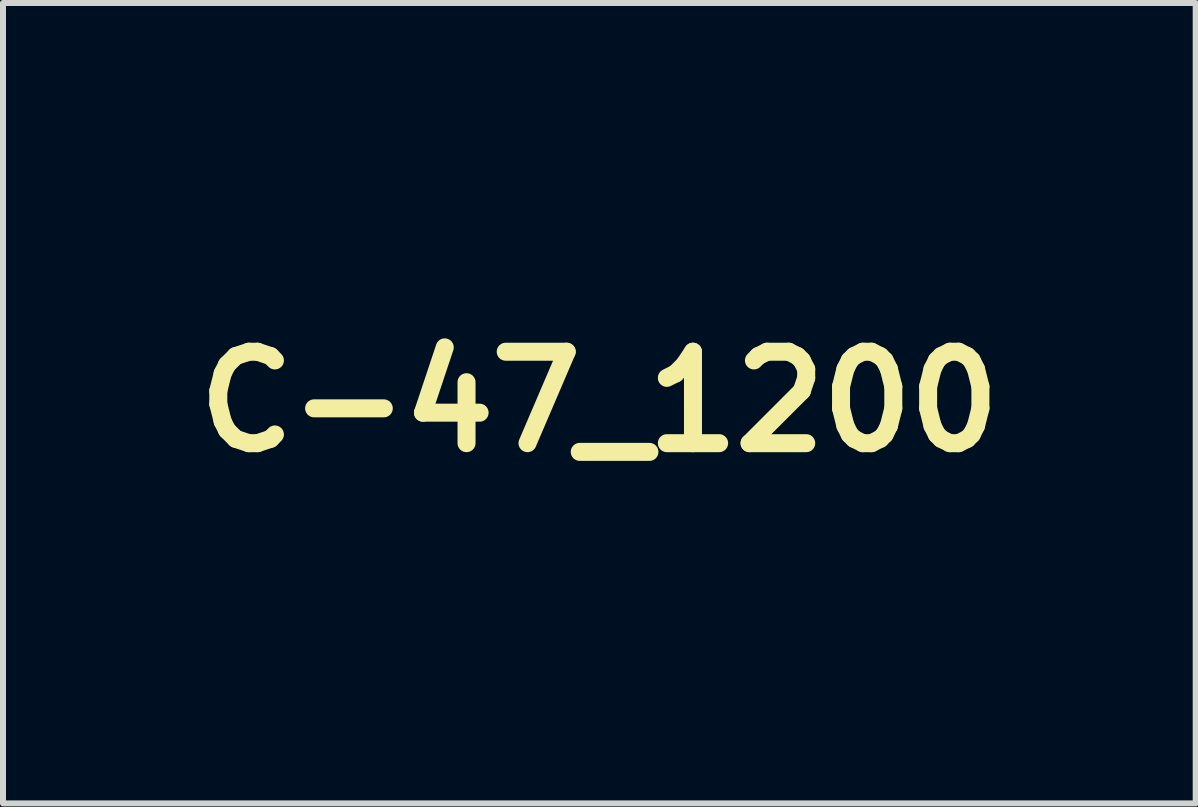
<source format=kicad_pcb>
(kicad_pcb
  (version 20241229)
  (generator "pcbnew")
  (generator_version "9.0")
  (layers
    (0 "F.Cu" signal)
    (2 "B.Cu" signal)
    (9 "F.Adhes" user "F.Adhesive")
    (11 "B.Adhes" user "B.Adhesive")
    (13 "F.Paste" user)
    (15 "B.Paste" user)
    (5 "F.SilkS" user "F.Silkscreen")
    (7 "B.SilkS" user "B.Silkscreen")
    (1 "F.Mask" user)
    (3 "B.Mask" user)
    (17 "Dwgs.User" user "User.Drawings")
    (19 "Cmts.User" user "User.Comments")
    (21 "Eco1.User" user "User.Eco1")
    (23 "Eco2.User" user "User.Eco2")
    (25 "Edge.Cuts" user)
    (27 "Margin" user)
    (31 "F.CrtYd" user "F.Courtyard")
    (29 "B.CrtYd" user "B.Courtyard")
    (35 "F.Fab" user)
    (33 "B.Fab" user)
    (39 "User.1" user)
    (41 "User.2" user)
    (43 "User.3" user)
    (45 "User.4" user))
  (footprint "C-47_1200"
    (layer "F.Cu")
    (at 6.938 3.646)
    (property "Reference" "C-47_1200" (at 0 0 0) (layer "F.SilkS") (effects (font (size 1.524 1.524) (thickness 0.3))))
    (attr through_hole)
    (fp_poly (pts (xy 2.826 1.397) (xy 2.827 1.432) (xy 2.82 1.443) (xy 2.794 1.451) (xy 2.783 1.439) (xy 2.782 1.404) (xy 2.789 1.393) (xy 2.815 1.386) (xy 2.826 1.397)) (stroke (width 0.01) (type solid)) (fill yes) (layer "F.Mask"))
    (fp_poly (pts (xy 1.486 0.574) (xy 1.497 0.58) (xy 1.466 0.591) (xy 1.423 0.6) (xy 1.376 0.603) (xy 1.355 0.593) (xy 1.355 0.592) (xy 1.373 0.579) (xy 1.42 0.572) (xy 1.432 0.572) (xy 1.486 0.574)) (stroke (width 0.01) (type solid)) (fill yes) (layer "F.Mask"))
    (fp_poly (pts (xy 2.428 1.522) (xy 2.434 1.56) (xy 2.432 1.598) (xy 2.422 1.598) (xy 2.405 1.577) (xy 2.382 1.55) (xy 2.366 1.558) (xy 2.353 1.579) (xy 2.335 1.604) (xy 2.329 1.602) (xy 2.341 1.56) (xy 2.37 1.521) (xy 2.403 1.503) (xy 2.403 1.503) (xy 2.428 1.522)) (stroke (width 0.01) (type solid)) (fill yes) (layer "F.Mask"))
    (fp_poly (pts (xy 2.298 1.522) (xy 2.311 1.572) (xy 2.317 1.643) (xy 2.314 1.724) (xy 2.309 1.763) (xy 2.301 1.828) (xy 2.307 1.864) (xy 2.326 1.884) (xy 2.341 1.898) (xy 2.32 1.904) (xy 2.297 1.904) (xy 2.233 1.905) (xy 2.24 1.725) (xy 2.242 1.633) (xy 2.239 1.577) (xy 2.229 1.55) (xy 2.219 1.545) (xy 2.208 1.538) (xy 2.224 1.522) (xy 2.253 1.508) (xy 2.278 1.503) (xy 2.298 1.522)) (stroke (width 0.01) (type solid)) (fill yes) (layer "F.Mask"))
    (fp_poly (pts (xy 2.811 1.508) (xy 2.826 1.537) (xy 2.835 1.597) (xy 2.84 1.694) (xy 2.84 1.704) (xy 2.843 1.797) (xy 2.842 1.856) (xy 2.836 1.889) (xy 2.824 1.902) (xy 2.805 1.905) (xy 2.805 1.905) (xy 2.784 1.902) (xy 2.772 1.888) (xy 2.767 1.853) (xy 2.767 1.791) (xy 2.769 1.725) (xy 2.771 1.633) (xy 2.768 1.577) (xy 2.759 1.55) (xy 2.748 1.545) (xy 2.733 1.539) (xy 2.752 1.524) (xy 2.787 1.506) (xy 2.811 1.508)) (stroke (width 0.01) (type solid)) (fill yes) (layer "F.Mask"))
    (fp_poly (pts (xy 2.996 1.522) (xy 3.008 1.572) (xy 3.014 1.644) (xy 3.011 1.725) (xy 3.006 1.762) (xy 3.001 1.833) (xy 3.01 1.878) (xy 3.013 1.883) (xy 3.017 1.9) (xy 2.983 1.905) (xy 2.958 1.904) (xy 2.943 1.893) (xy 2.937 1.866) (xy 2.936 1.813) (xy 2.938 1.727) (xy 2.938 1.725) (xy 2.94 1.633) (xy 2.937 1.577) (xy 2.928 1.55) (xy 2.917 1.545) (xy 2.907 1.538) (xy 2.923 1.522) (xy 2.952 1.508) (xy 2.976 1.503) (xy 2.996 1.522)) (stroke (width 0.01) (type solid)) (fill yes) (layer "F.Mask"))
    (fp_poly (pts (xy 3.168 1.529) (xy 3.176 1.561) (xy 3.186 1.624) (xy 3.194 1.705) (xy 3.195 1.73) (xy 3.2 1.816) (xy 3.2 1.868) (xy 3.194 1.894) (xy 3.18 1.904) (xy 3.165 1.905) (xy 3.143 1.902) (xy 3.131 1.885) (xy 3.127 1.847) (xy 3.128 1.778) (xy 3.129 1.754) (xy 3.129 1.656) (xy 3.119 1.593) (xy 3.099 1.568) (xy 3.069 1.582) (xy 3.057 1.597) (xy 3.034 1.622) (xy 3.028 1.616) (xy 3.037 1.588) (xy 3.06 1.55) (xy 3.102 1.511) (xy 3.143 1.507) (xy 3.168 1.529)) (stroke (width 0.01) (type solid)) (fill yes) (layer "F.Mask"))
    (fp_poly (pts (xy 1.31 0.321) (xy 1.329 0.339) (xy 1.332 0.376) (xy 1.33 0.415) (xy 1.322 0.415) (xy 1.308 0.386) (xy 1.275 0.343) (xy 1.239 0.337) (xy 1.204 0.364) (xy 1.174 0.417) (xy 1.153 0.493) (xy 1.143 0.588) (xy 1.143 0.604) (xy 1.147 0.68) (xy 1.161 0.73) (xy 1.191 0.77) (xy 1.194 0.772) (xy 1.249 0.81) (xy 1.294 0.812) (xy 1.326 0.807) (xy 1.321 0.817) (xy 1.312 0.823) (xy 1.248 0.845) (xy 1.18 0.83) (xy 1.133 0.796) (xy 1.083 0.718) (xy 1.065 0.619) (xy 1.078 0.514) (xy 1.119 0.41) (xy 1.176 0.344) (xy 1.248 0.318) (xy 1.261 0.318) (xy 1.31 0.321)) (stroke (width 0.01) (type solid)) (fill yes) (layer "F.Mask"))
    (fp_poly (pts (xy 2.048 0.343) (xy 2.09 0.354) (xy 2.095 0.363) (xy 2.088 0.398) (xy 2.068 0.458) (xy 2.04 0.535) (xy 2.006 0.619) (xy 1.972 0.702) (xy 1.94 0.774) (xy 1.915 0.825) (xy 1.9 0.847) (xy 1.9 0.847) (xy 1.888 0.831) (xy 1.891 0.815) (xy 1.903 0.782) (xy 1.923 0.719) (xy 1.948 0.637) (xy 1.96 0.598) (xy 1.986 0.513) (xy 2.008 0.442) (xy 2.023 0.396) (xy 2.026 0.386) (xy 2.019 0.366) (xy 1.984 0.358) (xy 1.938 0.361) (xy 1.893 0.374) (xy 1.865 0.396) (xy 1.864 0.397) (xy 1.848 0.42) (xy 1.843 0.405) (xy 1.842 0.386) (xy 1.845 0.36) (xy 1.862 0.346) (xy 1.902 0.34) (xy 1.968 0.339) (xy 2.048 0.343)) (stroke (width 0.01) (type solid)) (fill yes) (layer "F.Mask"))
    (fp_poly (pts (xy 2.091 1.404) (xy 2.09 1.436) (xy 2.087 1.448) (xy 2.084 1.492) (xy 2.109 1.518) (xy 2.121 1.523) (xy 2.17 1.542) (xy 2.122 1.544) (xy 2.097 1.548) (xy 2.083 1.563) (xy 2.076 1.6) (xy 2.074 1.668) (xy 2.074 1.691) (xy 2.081 1.79) (xy 2.099 1.854) (xy 2.129 1.88) (xy 2.161 1.872) (xy 2.177 1.868) (xy 2.172 1.881) (xy 2.137 1.902) (xy 2.088 1.901) (xy 2.045 1.879) (xy 2.033 1.864) (xy 2.021 1.822) (xy 2.013 1.754) (xy 2.011 1.684) (xy 2.007 1.598) (xy 1.996 1.553) (xy 1.986 1.545) (xy 1.978 1.536) (xy 1.994 1.519) (xy 2.027 1.477) (xy 2.036 1.452) (xy 2.055 1.413) (xy 2.072 1.401) (xy 2.091 1.404)) (stroke (width 0.01) (type solid)) (fill yes) (layer "F.Mask"))
    (fp_poly (pts (xy 1.439 1.658) (xy 1.493 1.608) (xy 1.526 1.567) (xy 1.537 1.533) (xy 1.536 1.53) (xy 1.544 1.509) (xy 1.582 1.503) (xy 1.638 1.503) (xy 1.558 1.585) (xy 1.477 1.668) (xy 1.565 1.786) (xy 1.61 1.848) (xy 1.632 1.884) (xy 1.633 1.9) (xy 1.616 1.905) (xy 1.599 1.905) (xy 1.561 1.899) (xy 1.55 1.886) (xy 1.542 1.859) (xy 1.516 1.814) (xy 1.504 1.797) (xy 1.453 1.727) (xy 1.436 1.788) (xy 1.431 1.847) (xy 1.443 1.877) (xy 1.451 1.898) (xy 1.424 1.905) (xy 1.415 1.905) (xy 1.365 1.905) (xy 1.372 1.637) (xy 1.374 1.518) (xy 1.372 1.435) (xy 1.366 1.383) (xy 1.356 1.356) (xy 1.351 1.352) (xy 1.344 1.339) (xy 1.378 1.334) (xy 1.381 1.334) (xy 1.439 1.333) (xy 1.439 1.658)) (stroke (width 0.01) (type solid)) (fill yes) (layer "F.Mask"))
    (fp_poly (pts (xy 1.271 1.381) (xy 1.289 1.403) (xy 1.29 1.423) (xy 1.288 1.456) (xy 1.274 1.45) (xy 1.262 1.434) (xy 1.218 1.401) (xy 1.173 1.407) (xy 1.143 1.439) (xy 1.132 1.483) (xy 1.148 1.531) (xy 1.194 1.591) (xy 1.227 1.626) (xy 1.274 1.693) (xy 1.292 1.765) (xy 1.278 1.828) (xy 1.275 1.833) (xy 1.234 1.869) (xy 1.177 1.895) (xy 1.119 1.904) (xy 1.076 1.894) (xy 1.072 1.891) (xy 1.061 1.86) (xy 1.058 1.833) (xy 1.06 1.804) (xy 1.071 1.809) (xy 1.091 1.837) (xy 1.135 1.877) (xy 1.181 1.876) (xy 1.216 1.851) (xy 1.242 1.813) (xy 1.243 1.773) (xy 1.214 1.722) (xy 1.164 1.664) (xy 1.106 1.583) (xy 1.082 1.508) (xy 1.09 1.445) (xy 1.13 1.399) (xy 1.2 1.377) (xy 1.224 1.376) (xy 1.271 1.381)) (stroke (width 0.01) (type solid)) (fill yes) (layer "F.Mask"))
    (fp_poly (pts (xy 1.764 0.348) (xy 1.773 0.381) (xy 1.777 0.445) (xy 1.778 0.508) (xy 1.781 0.604) (xy 1.79 0.661) (xy 1.802 0.677) (xy 1.813 0.687) (xy 1.799 0.709) (xy 1.783 0.753) (xy 1.783 0.794) (xy 1.784 0.833) (xy 1.76 0.846) (xy 1.747 0.847) (xy 1.715 0.84) (xy 1.707 0.813) (xy 1.71 0.783) (xy 1.713 0.743) (xy 1.7 0.725) (xy 1.659 0.72) (xy 1.633 0.72) (xy 1.577 0.716) (xy 1.542 0.707) (xy 1.538 0.703) (xy 1.542 0.677) (xy 1.588 0.677) (xy 1.714 0.677) (xy 1.714 0.547) (xy 1.713 0.481) (xy 1.709 0.437) (xy 1.705 0.426) (xy 1.691 0.449) (xy 1.667 0.5) (xy 1.641 0.557) (xy 1.588 0.677) (xy 1.542 0.677) (xy 1.542 0.677) (xy 1.564 0.625) (xy 1.598 0.558) (xy 1.639 0.486) (xy 1.681 0.419) (xy 1.717 0.367) (xy 1.743 0.34) (xy 1.748 0.339) (xy 1.764 0.348)) (stroke (width 0.01) (type solid)) (fill yes) (layer "F.Mask"))
    (fp_poly (pts (xy 1.885 1.688) (xy 1.856 1.777) (xy 1.829 1.856) (xy 1.806 1.913) (xy 1.8 1.926) (xy 1.754 2) (xy 1.709 2.042) (xy 1.671 2.051) (xy 1.644 2.023) (xy 1.643 2.02) (xy 1.631 1.98) (xy 1.641 1.975) (xy 1.663 1.991) (xy 1.692 2.005) (xy 1.722 1.99) (xy 1.739 1.975) (xy 1.782 1.932) (xy 1.737 1.765) (xy 1.713 1.68) (xy 1.691 1.606) (xy 1.674 1.556) (xy 1.672 1.55) (xy 1.662 1.517) (xy 1.679 1.505) (xy 1.716 1.503) (xy 1.759 1.509) (xy 1.767 1.525) (xy 1.767 1.525) (xy 1.765 1.551) (xy 1.768 1.603) (xy 1.776 1.668) (xy 1.786 1.736) (xy 1.797 1.793) (xy 1.807 1.829) (xy 1.813 1.835) (xy 1.82 1.813) (xy 1.833 1.76) (xy 1.849 1.689) (xy 1.849 1.688) (xy 1.864 1.6) (xy 1.865 1.547) (xy 1.856 1.525) (xy 1.851 1.508) (xy 1.884 1.503) (xy 1.888 1.503) (xy 1.943 1.503) (xy 1.885 1.688)) (stroke (width 0.01) (type solid)) (fill yes) (layer "F.Mask"))
    (fp_poly (pts (xy 2.637 1.509) (xy 2.658 1.532) (xy 2.672 1.579) (xy 2.682 1.656) (xy 2.687 1.73) (xy 2.692 1.817) (xy 2.692 1.869) (xy 2.685 1.896) (xy 2.67 1.905) (xy 2.664 1.905) (xy 2.633 1.887) (xy 2.614 1.841) (xy 2.612 1.782) (xy 2.615 1.767) (xy 2.614 1.716) (xy 2.591 1.682) (xy 2.554 1.679) (xy 2.553 1.679) (xy 2.528 1.707) (xy 2.519 1.769) (xy 2.519 1.78) (xy 2.521 1.835) (xy 2.532 1.857) (xy 2.557 1.858) (xy 2.562 1.856) (xy 2.592 1.852) (xy 2.586 1.868) (xy 2.581 1.875) (xy 2.538 1.903) (xy 2.492 1.889) (xy 2.481 1.88) (xy 2.461 1.837) (xy 2.456 1.775) (xy 2.465 1.713) (xy 2.487 1.673) (xy 2.487 1.672) (xy 2.531 1.656) (xy 2.573 1.656) (xy 2.612 1.66) (xy 2.62 1.641) (xy 2.616 1.622) (xy 2.606 1.579) (xy 2.604 1.561) (xy 2.588 1.545) (xy 2.553 1.548) (xy 2.516 1.564) (xy 2.499 1.582) (xy 2.482 1.602) (xy 2.477 1.594) (xy 2.494 1.562) (xy 2.535 1.529) (xy 2.583 1.507) (xy 2.607 1.503) (xy 2.637 1.509)) (stroke (width 0.01) (type solid)) (fill yes) (layer "F.Mask"))
    (fp_poly (pts (xy 0.061 -3.62) (xy 0.13 -3.559) (xy 0.136 -3.552) (xy 0.182 -3.491) (xy 0.222 -3.419) (xy 0.258 -3.333) (xy 0.289 -3.229) (xy 0.318 -3.104) (xy 0.343 -2.955) (xy 0.367 -2.777) (xy 0.39 -2.567) (xy 0.411 -2.322) (xy 0.433 -2.039) (xy 0.435 -2.016) (xy 0.449 -1.82) (xy 0.778 -1.82) (xy 0.794 -2.122) (xy 0.802 -2.26) (xy 0.81 -2.361) (xy 0.82 -2.431) (xy 0.835 -2.477) (xy 0.856 -2.503) (xy 0.886 -2.517) (xy 0.926 -2.522) (xy 0.936 -2.523) (xy 1.027 -2.529) (xy 1.037 -2.646) (xy 1.047 -2.718) (xy 1.063 -2.755) (xy 1.079 -2.762) (xy 1.1 -2.749) (xy 1.113 -2.706) (xy 1.118 -2.651) (xy 1.123 -2.586) (xy 1.133 -2.553) (xy 1.155 -2.541) (xy 1.181 -2.54) (xy 1.233 -2.534) (xy 1.272 -2.513) (xy 1.3 -2.472) (xy 1.318 -2.407) (xy 1.329 -2.312) (xy 1.333 -2.182) (xy 1.333 -2.106) (xy 1.334 -1.991) (xy 1.336 -1.911) (xy 1.341 -1.859) (xy 1.349 -1.83) (xy 1.361 -1.816) (xy 1.371 -1.812) (xy 1.396 -1.805) (xy 1.459 -1.787) (xy 1.557 -1.759) (xy 1.687 -1.721) (xy 1.846 -1.676) (xy 2.03 -1.623) (xy 2.238 -1.564) (xy 2.465 -1.499) (xy 2.71 -1.429) (xy 2.968 -1.355) (xy 3.228 -1.281) (xy 3.499 -1.203) (xy 3.76 -1.129) (xy 4.007 -1.057) (xy 4.239 -0.991) (xy 4.451 -0.93) (xy 4.64 -0.875) (xy 4.804 -0.827) (xy 4.94 -0.787) (xy 5.043 -0.757) (xy 5.112 -0.736) (xy 5.142 -0.726) (xy 5.213 -0.691) (xy 5.29 -0.639) (xy 5.327 -0.608) (xy 5.417 -0.525) (xy 5.386 -0.448) (xy 5.346 -0.372) (xy 5.296 -0.313) (xy 5.221 -0.262) (xy 5.175 -0.236) (xy 5.069 -0.18) (xy 2.836 -0.169) (xy 2.533 -0.167) (xy 2.241 -0.166) (xy 1.964 -0.164) (xy 1.705 -0.163) (xy 1.466 -0.161) (xy 1.251 -0.16) (xy 1.061 -0.158) (xy 0.9 -0.157) (xy 0.77 -0.156) (xy 0.675 -0.155) (xy 0.617 -0.154) (xy 0.598 -0.153) (xy 0.584 -0.135) (xy 0.553 -0.093) (xy 0.529 -0.06) (xy 0.501 -0.019) (xy 0.482 0.018) (xy 0.472 0.062) (xy 0.467 0.122) (xy 0.466 0.21) (xy 0.465 0.252) (xy 0.464 0.363) (xy 0.458 0.499) (xy 0.451 0.643) (xy 0.442 0.773) (xy 0.434 0.895) (xy 0.427 1.017) (xy 0.422 1.124) (xy 0.42 1.204) (xy 0.42 1.211) (xy 0.417 1.305) (xy 0.406 1.416) (xy 0.391 1.523) (xy 0.39 1.529) (xy 0.376 1.61) (xy 0.356 1.722) (xy 0.335 1.852) (xy 0.312 1.99) (xy 0.298 2.074) (xy 0.237 2.445) (xy 0.283 2.49) (xy 0.314 2.51) (xy 0.378 2.546) (xy 0.469 2.593) (xy 0.581 2.649) (xy 0.71 2.711) (xy 0.825 2.765) (xy 0.99 2.842) (xy 1.121 2.905) (xy 1.222 2.957) (xy 1.299 3.001) (xy 1.356 3.038) (xy 1.399 3.071) (xy 1.411 3.083) (xy 1.484 3.18) (xy 1.52 3.285) (xy 1.519 3.39) (xy 1.484 3.488) (xy 1.415 3.572) (xy 1.317 3.633) (xy 1.269 3.646) (xy 1.186 3.656) (xy 1.066 3.665) (xy 0.907 3.672) (xy 0.82 3.675) (xy 0.392 3.688) (xy 0.289 3.632) (xy 0.204 3.595) (xy 0.139 3.591) (xy 0.085 3.621) (xy 0.059 3.648) (xy 0.024 3.679) (xy -0.007 3.672) (xy -0.076 3.623) (xy -0.122 3.593) (xy -0.156 3.583) (xy -0.189 3.589) (xy -0.234 3.61) (xy -0.267 3.627) (xy -0.313 3.648) (xy -0.355 3.663) (xy -0.4 3.673) (xy -0.458 3.679) (xy -0.537 3.681) (xy -0.646 3.681) (xy -0.704 3.68) (xy -0.829 3.678) (xy -0.95 3.674) (xy -1.056 3.67) (xy -1.135 3.664) (xy -1.154 3.662) (xy -1.294 3.632) (xy -1.402 3.577) (xy -1.476 3.498) (xy -1.515 3.397) (xy -1.518 3.289) (xy -1.482 3.188) (xy -1.421 3.106) (xy -1.391 3.076) (xy -1.349 3.045) (xy -1.292 3.008) (xy -1.215 2.964) (xy -1.113 2.91) (xy -0.982 2.844) (xy -0.818 2.763) (xy -0.788 2.749) (xy -0.621 2.667) (xy -0.489 2.6) (xy -0.388 2.548) (xy -0.316 2.507) (xy -0.268 2.476) (xy -0.241 2.454) (xy -0.233 2.438) (xy -0.233 2.437) (xy -0.236 2.404) (xy -0.243 2.336) (xy -0.255 2.241) (xy -0.269 2.127) (xy -0.285 2.008) (xy -0.326 1.688) (xy -0.362 1.383) (xy -0.391 1.1) (xy -0.414 0.843) (xy -0.429 0.62) (xy -0.433 0.529) (xy -0.44 0.366) (xy -0.447 0.24) (xy -0.454 0.144) (xy -0.463 0.073) (xy -0.475 0.021) (xy -0.492 -0.018) (xy -0.513 -0.05) (xy -0.541 -0.08) (xy -0.55 -0.089) (xy -0.629 -0.169) (xy -2.807 -0.168) (xy -3.164 -0.168) (xy -3.48 -0.168) (xy -3.76 -0.168) (xy -4.004 -0.169) (xy -4.216 -0.17) (xy -4.398 -0.171) (xy -4.552 -0.172) (xy -4.681 -0.174) (xy -4.788 -0.176) (xy -4.874 -0.179) (xy -4.943 -0.182) (xy -4.996 -0.185) (xy -5.037 -0.189) (xy -5.067 -0.194) (xy -5.09 -0.199) (xy -5.093 -0.2) (xy -5.2 -0.242) (xy -5.278 -0.298) (xy -5.339 -0.38) (xy -5.356 -0.411) (xy -5.407 -0.507) (xy -5.336 -0.58) (xy -5.276 -0.629) (xy -5.197 -0.678) (xy -5.135 -0.708) (xy -5.099 -0.721) (xy -5.026 -0.744) (xy -4.92 -0.776) (xy -4.786 -0.817) (xy -4.625 -0.864) (xy -4.443 -0.918) (xy -4.241 -0.978) (xy -4.025 -1.041) (xy -3.797 -1.108) (xy -3.561 -1.176) (xy -3.321 -1.246) (xy -3.079 -1.316) (xy -2.84 -1.385) (xy -2.608 -1.452) (xy -2.384 -1.516) (xy -2.174 -1.576) (xy -1.98 -1.631) (xy -1.807 -1.68) (xy -1.657 -1.722) (xy -1.534 -1.756) (xy -1.442 -1.781) (xy -1.385 -1.795) (xy -1.365 -1.799) (xy -1.349 -1.808) (xy -1.338 -1.838) (xy -1.333 -1.897) (xy -1.331 -1.963) (xy -1.329 -2.054) (xy -1.327 -2.138) (xy -1.325 -2.199) (xy -1.325 -2.201) (xy -1.321 -2.273) (xy -1.317 -2.354) (xy -1.317 -2.365) (xy -1.297 -2.454) (xy -1.251 -2.513) (xy -1.182 -2.539) (xy -1.164 -2.54) (xy -1.127 -2.542) (xy -1.108 -2.557) (xy -1.101 -2.594) (xy -1.101 -2.646) (xy -1.098 -2.71) (xy -1.089 -2.741) (xy -1.068 -2.751) (xy -1.061 -2.752) (xy -1.023 -2.738) (xy -1.001 -2.692) (xy -0.995 -2.612) (xy -0.991 -2.563) (xy -0.972 -2.544) (xy -0.932 -2.54) (xy -0.885 -2.534) (xy -0.849 -2.512) (xy -0.823 -2.47) (xy -0.806 -2.402) (xy -0.794 -2.303) (xy -0.788 -2.168) (xy -0.786 -2.123) (xy -0.778 -1.82) (xy -0.432 -1.82) (xy -0.406 -2.229) (xy -0.383 -2.532) (xy -0.354 -2.795) (xy -0.318 -3.02) (xy -0.277 -3.209) (xy -0.228 -3.363) (xy -0.188 -3.457) (xy -0.126 -3.56) (xy -0.066 -3.621) (xy -0.004 -3.641) (xy 0.061 -3.62)) (stroke (width 0.01) (type solid)) (fill yes) (layer "F.Mask")))
  (gr_rect
    (start -3 -3)
    (end 16.876 10.339)
    (stroke (width 0.1) (type default))
    (fill no)
    (layer "Edge.Cuts")))
</source>
